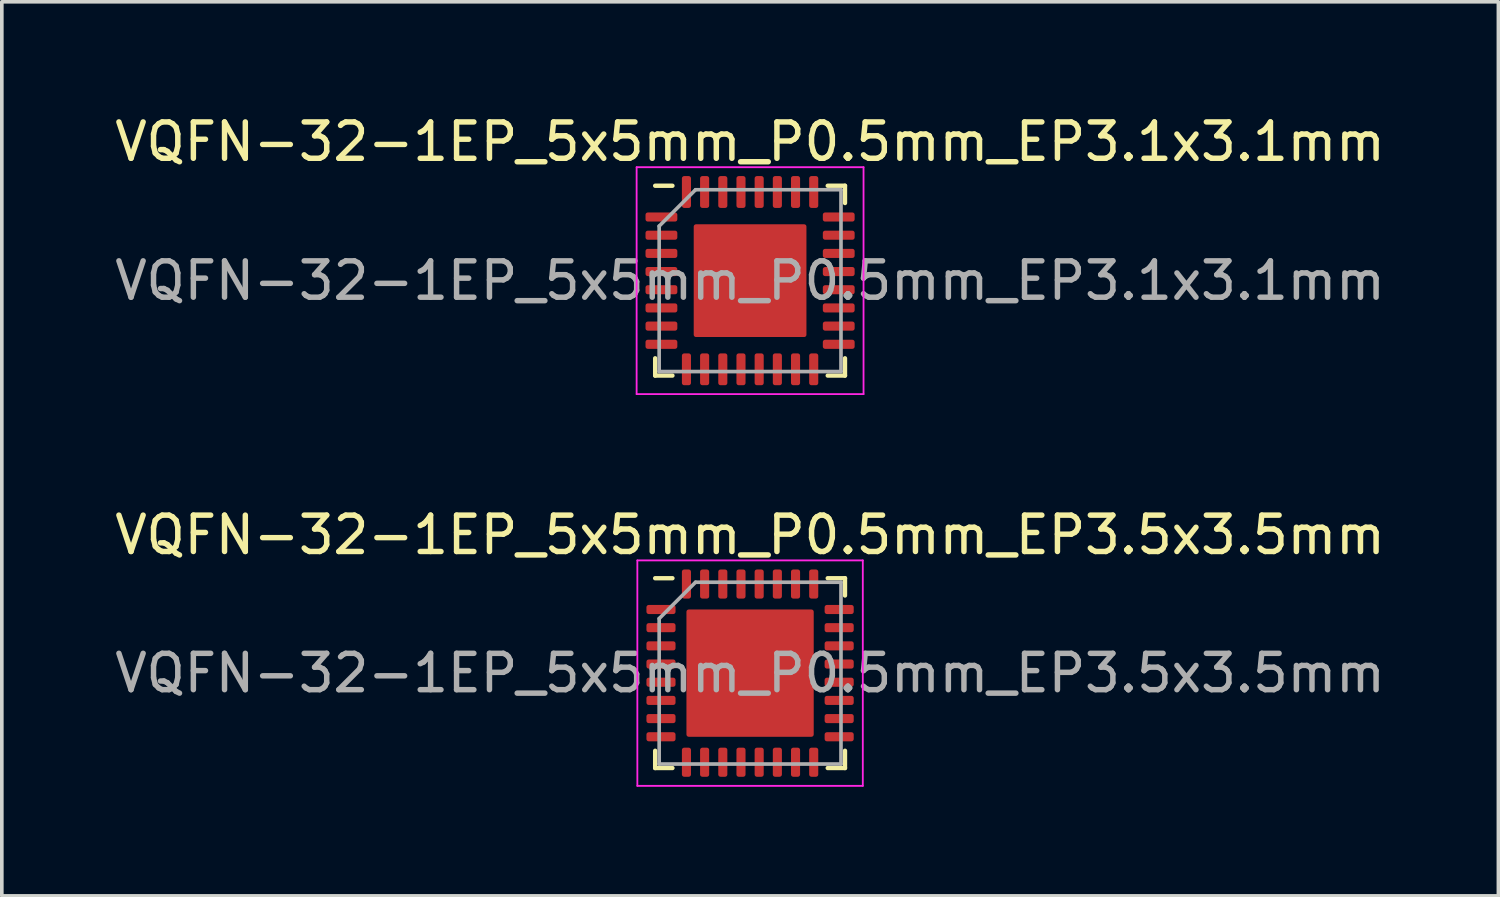
<source format=kicad_pcb>
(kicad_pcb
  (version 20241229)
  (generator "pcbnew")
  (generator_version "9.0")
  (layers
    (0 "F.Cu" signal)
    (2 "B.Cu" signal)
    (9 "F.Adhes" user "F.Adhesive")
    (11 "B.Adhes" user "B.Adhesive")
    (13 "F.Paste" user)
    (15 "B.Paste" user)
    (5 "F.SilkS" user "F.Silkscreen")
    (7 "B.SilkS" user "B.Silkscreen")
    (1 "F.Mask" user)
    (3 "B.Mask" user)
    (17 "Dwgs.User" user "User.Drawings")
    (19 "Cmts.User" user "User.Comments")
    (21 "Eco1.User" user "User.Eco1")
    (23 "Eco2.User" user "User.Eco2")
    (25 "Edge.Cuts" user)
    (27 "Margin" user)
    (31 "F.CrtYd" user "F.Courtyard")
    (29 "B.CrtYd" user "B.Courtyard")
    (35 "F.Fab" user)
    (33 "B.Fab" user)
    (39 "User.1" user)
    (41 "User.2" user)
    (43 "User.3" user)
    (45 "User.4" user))
  (footprint "VQFN-32-1EP_5x5mm_P0.5mm_EP3.1x3.1mm"
    (layer "F.Cu")
    (at 17.577 4.668)
    (property "Reference" "VQFN-32-1EP_5x5mm_P0.5mm_EP3.1x3.1mm" (at 0 -3.82 0) (layer "F.SilkS") (effects (font (size 1 1) (thickness 0.15))))
    (attr smd)
    (fp_line (start -2.61 2.61) (end -2.61 2.135) (stroke (width 0.12) (type solid)) (layer "F.SilkS"))
    (fp_line (start -2.135 -2.61) (end -2.61 -2.61) (stroke (width 0.12) (type solid)) (layer "F.SilkS"))
    (fp_line (start -2.135 2.61) (end -2.61 2.61) (stroke (width 0.12) (type solid)) (layer "F.SilkS"))
    (fp_line (start 2.135 -2.61) (end 2.61 -2.61) (stroke (width 0.12) (type solid)) (layer "F.SilkS"))
    (fp_line (start 2.135 2.61) (end 2.61 2.61) (stroke (width 0.12) (type solid)) (layer "F.SilkS"))
    (fp_line (start 2.61 -2.61) (end 2.61 -2.135) (stroke (width 0.12) (type solid)) (layer "F.SilkS"))
    (fp_line (start 2.61 2.61) (end 2.61 2.135) (stroke (width 0.12) (type solid)) (layer "F.SilkS"))
    (fp_line (start -3.12 -3.12) (end -3.12 3.12) (stroke (width 0.05) (type solid)) (layer "F.CrtYd"))
    (fp_line (start -3.12 3.12) (end 3.12 3.12) (stroke (width 0.05) (type solid)) (layer "F.CrtYd"))
    (fp_line (start 3.12 -3.12) (end -3.12 -3.12) (stroke (width 0.05) (type solid)) (layer "F.CrtYd"))
    (fp_line (start 3.12 3.12) (end 3.12 -3.12) (stroke (width 0.05) (type solid)) (layer "F.CrtYd"))
    (fp_line (start -2.5 -1.5) (end -1.5 -2.5) (stroke (width 0.1) (type solid)) (layer "F.Fab"))
    (fp_line (start -2.5 2.5) (end -2.5 -1.5) (stroke (width 0.1) (type solid)) (layer "F.Fab"))
    (fp_line (start -1.5 -2.5) (end 2.5 -2.5) (stroke (width 0.1) (type solid)) (layer "F.Fab"))
    (fp_line (start 2.5 -2.5) (end 2.5 2.5) (stroke (width 0.1) (type solid)) (layer "F.Fab"))
    (fp_line (start 2.5 2.5) (end -2.5 2.5) (stroke (width 0.1) (type solid)) (layer "F.Fab"))
    (fp_text user "${REFERENCE}" (at 0 0 0) (layer "F.Fab") (effects (font (size 1 1) (thickness 0.15))))
    (pad "" smd roundrect (at -0.775 -0.775) (size 1.25 1.25) (layers "F.Paste") (roundrect_rratio 0.2))
    (pad "" smd roundrect (at -0.775 0.775) (size 1.25 1.25) (layers "F.Paste") (roundrect_rratio 0.2))
    (pad "" smd roundrect (at 0.775 -0.775) (size 1.25 1.25) (layers "F.Paste") (roundrect_rratio 0.2))
    (pad "" smd roundrect (at 0.775 0.775) (size 1.25 1.25) (layers "F.Paste") (roundrect_rratio 0.2))
    (pad "1" smd roundrect (at -2.438 -1.75) (size 0.875 0.25) (layers "F.Cu" "F.Mask" "F.Paste") (roundrect_rratio 0.25))
    (pad "2" smd roundrect (at -2.438 -1.25) (size 0.875 0.25) (layers "F.Cu" "F.Mask" "F.Paste") (roundrect_rratio 0.25))
    (pad "3" smd roundrect (at -2.438 -0.75) (size 0.875 0.25) (layers "F.Cu" "F.Mask" "F.Paste") (roundrect_rratio 0.25))
    (pad "4" smd roundrect (at -2.438 -0.25) (size 0.875 0.25) (layers "F.Cu" "F.Mask" "F.Paste") (roundrect_rratio 0.25))
    (pad "5" smd roundrect (at -2.438 0.25) (size 0.875 0.25) (layers "F.Cu" "F.Mask" "F.Paste") (roundrect_rratio 0.25))
    (pad "6" smd roundrect (at -2.438 0.75) (size 0.875 0.25) (layers "F.Cu" "F.Mask" "F.Paste") (roundrect_rratio 0.25))
    (pad "7" smd roundrect (at -2.438 1.25) (size 0.875 0.25) (layers "F.Cu" "F.Mask" "F.Paste") (roundrect_rratio 0.25))
    (pad "8" smd roundrect (at -2.438 1.75) (size 0.875 0.25) (layers "F.Cu" "F.Mask" "F.Paste") (roundrect_rratio 0.25))
    (pad "9" smd roundrect (at -1.75 2.438) (size 0.25 0.875) (layers "F.Cu" "F.Mask" "F.Paste") (roundrect_rratio 0.25))
    (pad "10" smd roundrect (at -1.25 2.438) (size 0.25 0.875) (layers "F.Cu" "F.Mask" "F.Paste") (roundrect_rratio 0.25))
    (pad "11" smd roundrect (at -0.75 2.438) (size 0.25 0.875) (layers "F.Cu" "F.Mask" "F.Paste") (roundrect_rratio 0.25))
    (pad "12" smd roundrect (at -0.25 2.438) (size 0.25 0.875) (layers "F.Cu" "F.Mask" "F.Paste") (roundrect_rratio 0.25))
    (pad "13" smd roundrect (at 0.25 2.438) (size 0.25 0.875) (layers "F.Cu" "F.Mask" "F.Paste") (roundrect_rratio 0.25))
    (pad "14" smd roundrect (at 0.75 2.438) (size 0.25 0.875) (layers "F.Cu" "F.Mask" "F.Paste") (roundrect_rratio 0.25))
    (pad "15" smd roundrect (at 1.25 2.438) (size 0.25 0.875) (layers "F.Cu" "F.Mask" "F.Paste") (roundrect_rratio 0.25))
    (pad "16" smd roundrect (at 1.75 2.438) (size 0.25 0.875) (layers "F.Cu" "F.Mask" "F.Paste") (roundrect_rratio 0.25))
    (pad "17" smd roundrect (at 2.438 1.75) (size 0.875 0.25) (layers "F.Cu" "F.Mask" "F.Paste") (roundrect_rratio 0.25))
    (pad "18" smd roundrect (at 2.438 1.25) (size 0.875 0.25) (layers "F.Cu" "F.Mask" "F.Paste") (roundrect_rratio 0.25))
    (pad "19" smd roundrect (at 2.438 0.75) (size 0.875 0.25) (layers "F.Cu" "F.Mask" "F.Paste") (roundrect_rratio 0.25))
    (pad "20" smd roundrect (at 2.438 0.25) (size 0.875 0.25) (layers "F.Cu" "F.Mask" "F.Paste") (roundrect_rratio 0.25))
    (pad "21" smd roundrect (at 2.438 -0.25) (size 0.875 0.25) (layers "F.Cu" "F.Mask" "F.Paste") (roundrect_rratio 0.25))
    (pad "22" smd roundrect (at 2.438 -0.75) (size 0.875 0.25) (layers "F.Cu" "F.Mask" "F.Paste") (roundrect_rratio 0.25))
    (pad "23" smd roundrect (at 2.438 -1.25) (size 0.875 0.25) (layers "F.Cu" "F.Mask" "F.Paste") (roundrect_rratio 0.25))
    (pad "24" smd roundrect (at 2.438 -1.75) (size 0.875 0.25) (layers "F.Cu" "F.Mask" "F.Paste") (roundrect_rratio 0.25))
    (pad "25" smd roundrect (at 1.75 -2.438) (size 0.25 0.875) (layers "F.Cu" "F.Mask" "F.Paste") (roundrect_rratio 0.25))
    (pad "26" smd roundrect (at 1.25 -2.438) (size 0.25 0.875) (layers "F.Cu" "F.Mask" "F.Paste") (roundrect_rratio 0.25))
    (pad "27" smd roundrect (at 0.75 -2.438) (size 0.25 0.875) (layers "F.Cu" "F.Mask" "F.Paste") (roundrect_rratio 0.25))
    (pad "28" smd roundrect (at 0.25 -2.438) (size 0.25 0.875) (layers "F.Cu" "F.Mask" "F.Paste") (roundrect_rratio 0.25))
    (pad "29" smd roundrect (at -0.25 -2.438) (size 0.25 0.875) (layers "F.Cu" "F.Mask" "F.Paste") (roundrect_rratio 0.25))
    (pad "30" smd roundrect (at -0.75 -2.438) (size 0.25 0.875) (layers "F.Cu" "F.Mask" "F.Paste") (roundrect_rratio 0.25))
    (pad "31" smd roundrect (at -1.25 -2.438) (size 0.25 0.875) (layers "F.Cu" "F.Mask" "F.Paste") (roundrect_rratio 0.25))
    (pad "32" smd roundrect (at -1.75 -2.438) (size 0.25 0.875) (layers "F.Cu" "F.Mask" "F.Paste") (roundrect_rratio 0.25))
    (pad "33" smd roundrect (at 0 0) (size 3.1 3.1) (layers "F.Cu" "F.Mask") (roundrect_rratio 0.02)))
  (footprint "VQFN-32-1EP_5x5mm_P0.5mm_EP3.5x3.5mm"
    (layer "F.Cu")
    (at 17.577 15.461)
    (property "Reference" "VQFN-32-1EP_5x5mm_P0.5mm_EP3.5x3.5mm" (at 0 -3.8 0) (layer "F.SilkS") (effects (font (size 1 1) (thickness 0.15))))
    (attr smd)
    (fp_line (start -2.61 2.61) (end -2.61 2.135) (stroke (width 0.12) (type solid)) (layer "F.SilkS"))
    (fp_line (start -2.135 -2.61) (end -2.61 -2.61) (stroke (width 0.12) (type solid)) (layer "F.SilkS"))
    (fp_line (start -2.135 2.61) (end -2.61 2.61) (stroke (width 0.12) (type solid)) (layer "F.SilkS"))
    (fp_line (start 2.135 -2.61) (end 2.61 -2.61) (stroke (width 0.12) (type solid)) (layer "F.SilkS"))
    (fp_line (start 2.135 2.61) (end 2.61 2.61) (stroke (width 0.12) (type solid)) (layer "F.SilkS"))
    (fp_line (start 2.61 -2.61) (end 2.61 -2.135) (stroke (width 0.12) (type solid)) (layer "F.SilkS"))
    (fp_line (start 2.61 2.61) (end 2.61 2.135) (stroke (width 0.12) (type solid)) (layer "F.SilkS"))
    (fp_line (start -3.1 -3.1) (end -3.1 3.1) (stroke (width 0.05) (type solid)) (layer "F.CrtYd"))
    (fp_line (start -3.1 3.1) (end 3.1 3.1) (stroke (width 0.05) (type solid)) (layer "F.CrtYd"))
    (fp_line (start 3.1 -3.1) (end -3.1 -3.1) (stroke (width 0.05) (type solid)) (layer "F.CrtYd"))
    (fp_line (start 3.1 3.1) (end 3.1 -3.1) (stroke (width 0.05) (type solid)) (layer "F.CrtYd"))
    (fp_line (start -2.5 -1.5) (end -1.5 -2.5) (stroke (width 0.1) (type solid)) (layer "F.Fab"))
    (fp_line (start -2.5 2.5) (end -2.5 -1.5) (stroke (width 0.1) (type solid)) (layer "F.Fab"))
    (fp_line (start -1.5 -2.5) (end 2.5 -2.5) (stroke (width 0.1) (type solid)) (layer "F.Fab"))
    (fp_line (start 2.5 -2.5) (end 2.5 2.5) (stroke (width 0.1) (type solid)) (layer "F.Fab"))
    (fp_line (start 2.5 2.5) (end -2.5 2.5) (stroke (width 0.1) (type solid)) (layer "F.Fab"))
    (fp_text user "${REFERENCE}" (at 0 0 0) (layer "F.Fab") (effects (font (size 1 1) (thickness 0.15))))
    (pad "" smd roundrect (at -0.875 -0.875) (size 1.41 1.41) (layers "F.Paste") (roundrect_rratio 0.177))
    (pad "" smd roundrect (at -0.875 0.875) (size 1.41 1.41) (layers "F.Paste") (roundrect_rratio 0.177))
    (pad "" smd roundrect (at 0.875 -0.875) (size 1.41 1.41) (layers "F.Paste") (roundrect_rratio 0.177))
    (pad "" smd roundrect (at 0.875 0.875) (size 1.41 1.41) (layers "F.Paste") (roundrect_rratio 0.177))
    (pad "1" smd roundrect (at -2.45 -1.75) (size 0.8 0.25) (layers "F.Cu" "F.Mask" "F.Paste") (roundrect_rratio 0.25))
    (pad "2" smd roundrect (at -2.45 -1.25) (size 0.8 0.25) (layers "F.Cu" "F.Mask" "F.Paste") (roundrect_rratio 0.25))
    (pad "3" smd roundrect (at -2.45 -0.75) (size 0.8 0.25) (layers "F.Cu" "F.Mask" "F.Paste") (roundrect_rratio 0.25))
    (pad "4" smd roundrect (at -2.45 -0.25) (size 0.8 0.25) (layers "F.Cu" "F.Mask" "F.Paste") (roundrect_rratio 0.25))
    (pad "5" smd roundrect (at -2.45 0.25) (size 0.8 0.25) (layers "F.Cu" "F.Mask" "F.Paste") (roundrect_rratio 0.25))
    (pad "6" smd roundrect (at -2.45 0.75) (size 0.8 0.25) (layers "F.Cu" "F.Mask" "F.Paste") (roundrect_rratio 0.25))
    (pad "7" smd roundrect (at -2.45 1.25) (size 0.8 0.25) (layers "F.Cu" "F.Mask" "F.Paste") (roundrect_rratio 0.25))
    (pad "8" smd roundrect (at -2.45 1.75) (size 0.8 0.25) (layers "F.Cu" "F.Mask" "F.Paste") (roundrect_rratio 0.25))
    (pad "9" smd roundrect (at -1.75 2.45) (size 0.25 0.8) (layers "F.Cu" "F.Mask" "F.Paste") (roundrect_rratio 0.25))
    (pad "10" smd roundrect (at -1.25 2.45) (size 0.25 0.8) (layers "F.Cu" "F.Mask" "F.Paste") (roundrect_rratio 0.25))
    (pad "11" smd roundrect (at -0.75 2.45) (size 0.25 0.8) (layers "F.Cu" "F.Mask" "F.Paste") (roundrect_rratio 0.25))
    (pad "12" smd roundrect (at -0.25 2.45) (size 0.25 0.8) (layers "F.Cu" "F.Mask" "F.Paste") (roundrect_rratio 0.25))
    (pad "13" smd roundrect (at 0.25 2.45) (size 0.25 0.8) (layers "F.Cu" "F.Mask" "F.Paste") (roundrect_rratio 0.25))
    (pad "14" smd roundrect (at 0.75 2.45) (size 0.25 0.8) (layers "F.Cu" "F.Mask" "F.Paste") (roundrect_rratio 0.25))
    (pad "15" smd roundrect (at 1.25 2.45) (size 0.25 0.8) (layers "F.Cu" "F.Mask" "F.Paste") (roundrect_rratio 0.25))
    (pad "16" smd roundrect (at 1.75 2.45) (size 0.25 0.8) (layers "F.Cu" "F.Mask" "F.Paste") (roundrect_rratio 0.25))
    (pad "17" smd roundrect (at 2.45 1.75) (size 0.8 0.25) (layers "F.Cu" "F.Mask" "F.Paste") (roundrect_rratio 0.25))
    (pad "18" smd roundrect (at 2.45 1.25) (size 0.8 0.25) (layers "F.Cu" "F.Mask" "F.Paste") (roundrect_rratio 0.25))
    (pad "19" smd roundrect (at 2.45 0.75) (size 0.8 0.25) (layers "F.Cu" "F.Mask" "F.Paste") (roundrect_rratio 0.25))
    (pad "20" smd roundrect (at 2.45 0.25) (size 0.8 0.25) (layers "F.Cu" "F.Mask" "F.Paste") (roundrect_rratio 0.25))
    (pad "21" smd roundrect (at 2.45 -0.25) (size 0.8 0.25) (layers "F.Cu" "F.Mask" "F.Paste") (roundrect_rratio 0.25))
    (pad "22" smd roundrect (at 2.45 -0.75) (size 0.8 0.25) (layers "F.Cu" "F.Mask" "F.Paste") (roundrect_rratio 0.25))
    (pad "23" smd roundrect (at 2.45 -1.25) (size 0.8 0.25) (layers "F.Cu" "F.Mask" "F.Paste") (roundrect_rratio 0.25))
    (pad "24" smd roundrect (at 2.45 -1.75) (size 0.8 0.25) (layers "F.Cu" "F.Mask" "F.Paste") (roundrect_rratio 0.25))
    (pad "25" smd roundrect (at 1.75 -2.45) (size 0.25 0.8) (layers "F.Cu" "F.Mask" "F.Paste") (roundrect_rratio 0.25))
    (pad "26" smd roundrect (at 1.25 -2.45) (size 0.25 0.8) (layers "F.Cu" "F.Mask" "F.Paste") (roundrect_rratio 0.25))
    (pad "27" smd roundrect (at 0.75 -2.45) (size 0.25 0.8) (layers "F.Cu" "F.Mask" "F.Paste") (roundrect_rratio 0.25))
    (pad "28" smd roundrect (at 0.25 -2.45) (size 0.25 0.8) (layers "F.Cu" "F.Mask" "F.Paste") (roundrect_rratio 0.25))
    (pad "29" smd roundrect (at -0.25 -2.45) (size 0.25 0.8) (layers "F.Cu" "F.Mask" "F.Paste") (roundrect_rratio 0.25))
    (pad "30" smd roundrect (at -0.75 -2.45) (size 0.25 0.8) (layers "F.Cu" "F.Mask" "F.Paste") (roundrect_rratio 0.25))
    (pad "31" smd roundrect (at -1.25 -2.45) (size 0.25 0.8) (layers "F.Cu" "F.Mask" "F.Paste") (roundrect_rratio 0.25))
    (pad "32" smd roundrect (at -1.75 -2.45) (size 0.25 0.8) (layers "F.Cu" "F.Mask" "F.Paste") (roundrect_rratio 0.25))
    (pad "33" smd roundrect (at 0 0) (size 3.5 3.5) (layers "F.Cu" "F.Mask") (roundrect_rratio 0.018)))
  (gr_rect
    (start -3 -3)
    (end 38.155 21.587)
    (stroke (width 0.1) (type default))
    (fill no)
    (layer "Edge.Cuts")))
</source>
